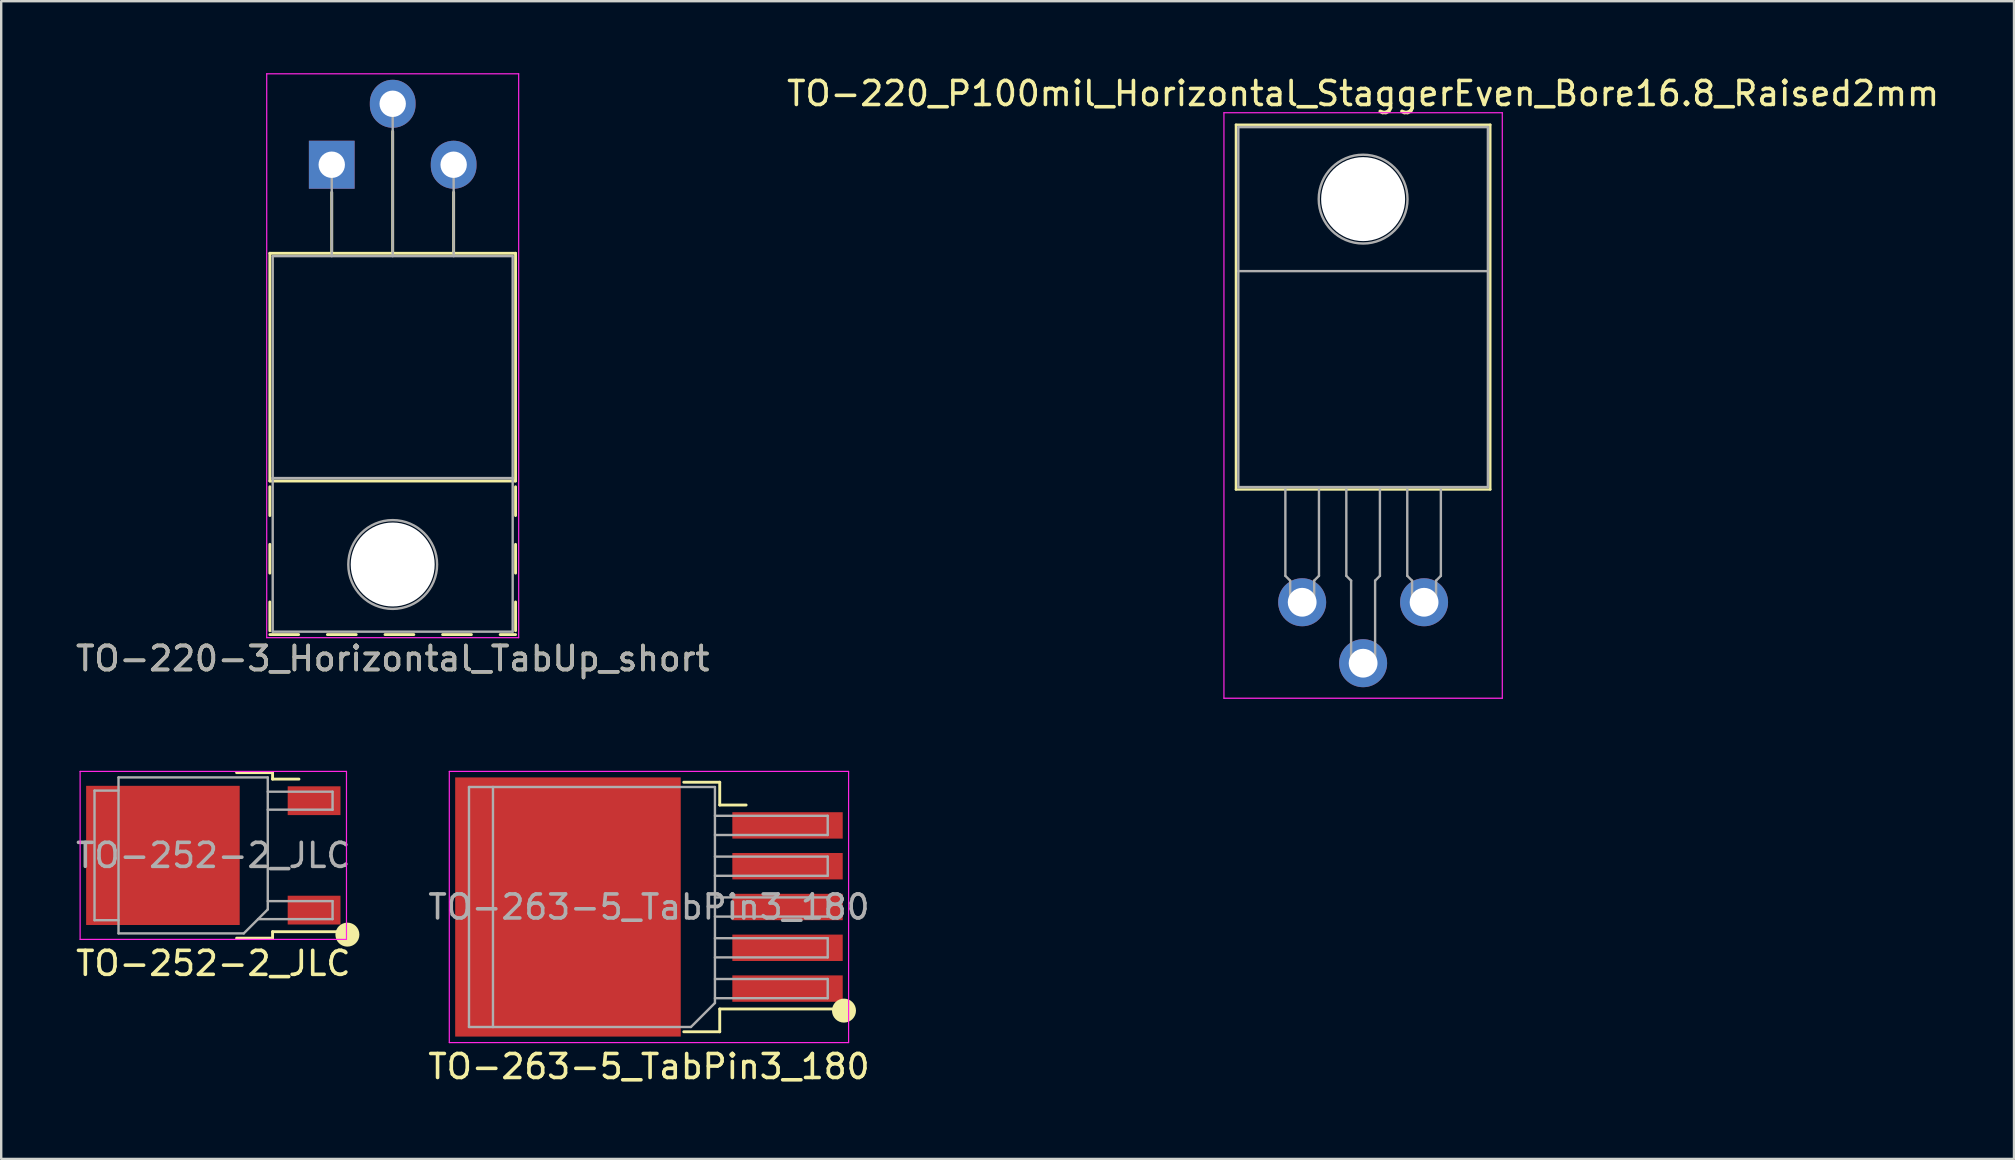
<source format=kicad_pcb>
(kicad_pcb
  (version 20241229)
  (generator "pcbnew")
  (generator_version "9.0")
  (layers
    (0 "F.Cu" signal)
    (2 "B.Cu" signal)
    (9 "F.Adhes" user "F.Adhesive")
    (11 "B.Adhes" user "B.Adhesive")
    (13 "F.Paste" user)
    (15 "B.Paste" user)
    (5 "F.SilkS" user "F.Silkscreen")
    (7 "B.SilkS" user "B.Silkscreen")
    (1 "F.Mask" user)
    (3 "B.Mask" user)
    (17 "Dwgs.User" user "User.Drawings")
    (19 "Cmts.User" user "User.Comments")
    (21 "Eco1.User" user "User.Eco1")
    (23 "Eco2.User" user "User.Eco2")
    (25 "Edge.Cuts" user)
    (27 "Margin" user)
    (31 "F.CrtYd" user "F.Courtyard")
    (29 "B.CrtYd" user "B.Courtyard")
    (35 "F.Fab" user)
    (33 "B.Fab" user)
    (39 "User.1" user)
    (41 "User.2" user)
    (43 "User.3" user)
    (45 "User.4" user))
  (footprint "TO-263-5_TabPin3_180"
    (layer "F.Cu")
    (at 23.994 34.748)
    (property "Reference" "TO-263-5_TabPin3_180" (at 0 6.65 180) (layer "F.SilkS") (effects (font (size 1 1) (thickness 0.15))))
    (attr smd)
    (fp_line (start 1.45 -5.2) (end 2.95 -5.2) (stroke (width 0.12) (type solid)) (layer "F.SilkS"))
    (fp_line (start 1.45 5.2) (end 2.95 5.2) (stroke (width 0.12) (type solid)) (layer "F.SilkS"))
    (fp_line (start 2.95 -5.2) (end 2.95 -4.25) (stroke (width 0.12) (type solid)) (layer "F.SilkS"))
    (fp_line (start 2.95 -4.25) (end 4.05 -4.25) (stroke (width 0.12) (type solid)) (layer "F.SilkS"))
    (fp_line (start 2.95 4.25) (end 8.075 4.25) (stroke (width 0.12) (type solid)) (layer "F.SilkS"))
    (fp_line (start 2.95 5.2) (end 2.95 4.25) (stroke (width 0.12) (type solid)) (layer "F.SilkS"))
    (fp_circle (center 8.128 4.318) (end 8.128 4.318) (stroke (width 0.5) (type solid)) (fill no) (layer "F.SilkS"))
    (fp_line (start -8.32 -5.65) (end -8.32 5.65) (stroke (width 0.05) (type solid)) (layer "F.CrtYd"))
    (fp_line (start -8.32 5.65) (end 8.32 5.65) (stroke (width 0.05) (type solid)) (layer "F.CrtYd"))
    (fp_line (start 8.32 -5.65) (end -8.32 -5.65) (stroke (width 0.05) (type solid)) (layer "F.CrtYd"))
    (fp_line (start 8.32 5.65) (end 8.32 -5.65) (stroke (width 0.05) (type solid)) (layer "F.CrtYd"))
    (fp_line (start -7.5 -5) (end -6.5 -5) (stroke (width 0.1) (type solid)) (layer "F.Fab"))
    (fp_line (start -7.5 5) (end -7.5 -5) (stroke (width 0.1) (type solid)) (layer "F.Fab"))
    (fp_line (start -6.5 -5) (end 2.75 -5) (stroke (width 0.1) (type solid)) (layer "F.Fab"))
    (fp_line (start -6.5 5) (end -7.5 5) (stroke (width 0.1) (type solid)) (layer "F.Fab"))
    (fp_line (start -6.5 5) (end -6.5 -5) (stroke (width 0.1) (type solid)) (layer "F.Fab"))
    (fp_line (start 1.75 5) (end -6.5 5) (stroke (width 0.1) (type solid)) (layer "F.Fab"))
    (fp_line (start 2.75 -5) (end 2.75 4) (stroke (width 0.1) (type solid)) (layer "F.Fab"))
    (fp_line (start 2.75 -3) (end 7.45 -3) (stroke (width 0.1) (type solid)) (layer "F.Fab"))
    (fp_line (start 2.75 -1.3) (end 7.45 -1.3) (stroke (width 0.1) (type solid)) (layer "F.Fab"))
    (fp_line (start 2.75 0.4) (end 7.45 0.4) (stroke (width 0.1) (type solid)) (layer "F.Fab"))
    (fp_line (start 2.75 2.1) (end 7.45 2.1) (stroke (width 0.1) (type solid)) (layer "F.Fab"))
    (fp_line (start 2.75 3.8) (end 7.45 3.8) (stroke (width 0.1) (type solid)) (layer "F.Fab"))
    (fp_line (start 2.75 4) (end 1.75 5) (stroke (width 0.1) (type solid)) (layer "F.Fab"))
    (fp_line (start 7.45 -3.8) (end 2.75 -3.8) (stroke (width 0.1) (type solid)) (layer "F.Fab"))
    (fp_line (start 7.45 -3) (end 7.45 -3.8) (stroke (width 0.1) (type solid)) (layer "F.Fab"))
    (fp_line (start 7.45 -2.1) (end 2.75 -2.1) (stroke (width 0.1) (type solid)) (layer "F.Fab"))
    (fp_line (start 7.45 -1.3) (end 7.45 -2.1) (stroke (width 0.1) (type solid)) (layer "F.Fab"))
    (fp_line (start 7.45 -0.4) (end 2.75 -0.4) (stroke (width 0.1) (type solid)) (layer "F.Fab"))
    (fp_line (start 7.45 0.4) (end 7.45 -0.4) (stroke (width 0.1) (type solid)) (layer "F.Fab"))
    (fp_line (start 7.45 1.3) (end 2.75 1.3) (stroke (width 0.1) (type solid)) (layer "F.Fab"))
    (fp_line (start 7.45 2.1) (end 7.45 1.3) (stroke (width 0.1) (type solid)) (layer "F.Fab"))
    (fp_line (start 7.45 3) (end 2.75 3) (stroke (width 0.1) (type solid)) (layer "F.Fab"))
    (fp_line (start 7.45 3.8) (end 7.45 3) (stroke (width 0.1) (type solid)) (layer "F.Fab"))
    (fp_text user "${REFERENCE}" (at 0 0 180) (layer "F.Fab") (effects (font (size 1 1) (thickness 0.15))))
    (pad "" smd rect (at -5.8 -2.775 180) (size 4.55 5.25) (layers "F.Paste"))
    (pad "" smd rect (at -5.8 2.775 180) (size 4.55 5.25) (layers "F.Paste"))
    (pad "" smd rect (at -0.95 -2.775 180) (size 4.55 5.25) (layers "F.Paste"))
    (pad "" smd rect (at -0.95 2.775 180) (size 4.55 5.25) (layers "F.Paste"))
    (pad "1" smd rect (at 5.775 3.4 180) (size 4.6 1.1) (layers "F.Cu" "F.Mask" "F.Paste"))
    (pad "2" smd rect (at 5.775 1.7 180) (size 4.6 1.1) (layers "F.Cu" "F.Mask" "F.Paste"))
    (pad "3" smd rect (at -3.375 0 180) (size 9.4 10.8) (layers "F.Cu" "F.Mask"))
    (pad "3" smd rect (at 5.775 0 180) (size 4.6 1.1) (layers "F.Cu" "F.Mask" "F.Paste"))
    (pad "4" smd rect (at 5.775 -1.7 180) (size 4.6 1.1) (layers "F.Cu" "F.Mask" "F.Paste"))
    (pad "5" smd rect (at 5.775 -3.4 180) (size 4.6 1.1) (layers "F.Cu" "F.Mask" "F.Paste")))
  (footprint "TO-220_P100mil_Horizontal_StaggerEven_Bore16.8_Raised2mm"
    (layer "F.Cu")
    (at 53.756 22.048)
    (property "Reference" "TO-220_P100mil_Horizontal_StaggerEven_Bore16.8_Raised2mm" (at 0 -21.2 0) (layer "F.SilkS") (effects (font (size 1 1) (thickness 0.15))))
    (attr through_hole)
    (fp_line (start -5.3 -19.9) (end -5.3 -4.7) (stroke (width 0.1) (type solid)) (layer "F.SilkS"))
    (fp_line (start -5.3 -19.9) (end 5.3 -19.9) (stroke (width 0.1) (type solid)) (layer "F.SilkS"))
    (fp_line (start -5.3 -4.7) (end 5.3 -4.7) (stroke (width 0.1) (type solid)) (layer "F.SilkS"))
    (fp_line (start 5.3 -19.9) (end 5.3 -4.7) (stroke (width 0.1) (type solid)) (layer "F.SilkS"))
    (fp_line (start -5.8 -20.4) (end -5.8 4) (stroke (width 0.05) (type solid)) (layer "F.CrtYd"))
    (fp_line (start -5.8 4) (end 5.8 4) (stroke (width 0.05) (type solid)) (layer "F.CrtYd"))
    (fp_line (start 5.8 -20.4) (end -5.8 -20.4) (stroke (width 0.05) (type solid)) (layer "F.CrtYd"))
    (fp_line (start 5.8 4) (end 5.8 -20.4) (stroke (width 0.05) (type solid)) (layer "F.CrtYd"))
    (fp_line (start -5.2 -19.8) (end 5.2 -19.8) (stroke (width 0.1) (type solid)) (layer "F.Fab"))
    (fp_line (start -5.2 -13.8) (end 5.2 -13.8) (stroke (width 0.1) (type solid)) (layer "F.Fab"))
    (fp_line (start -5.2 -4.8) (end -5.2 -19.8) (stroke (width 0.1) (type solid)) (layer "F.Fab"))
    (fp_line (start -3.24 -4.7) (end -3.24 -1.1) (stroke (width 0.1) (type solid)) (layer "F.Fab"))
    (fp_line (start -3.24 -1.1) (end -3.04 -0.9) (stroke (width 0.1) (type solid)) (layer "F.Fab"))
    (fp_line (start -3.04 -0.9) (end -3.04 -0.2) (stroke (width 0.1) (type solid)) (layer "F.Fab"))
    (fp_line (start -2.04 -0.9) (end -2.04 -0.2) (stroke (width 0.1) (type solid)) (layer "F.Fab"))
    (fp_line (start -1.84 -4.7) (end -1.84 -1.1) (stroke (width 0.1) (type solid)) (layer "F.Fab"))
    (fp_line (start -1.84 -1.1) (end -2.04 -0.9) (stroke (width 0.1) (type solid)) (layer "F.Fab"))
    (fp_line (start -0.7 -4.7) (end -0.7 -1.1) (stroke (width 0.1) (type solid)) (layer "F.Fab"))
    (fp_line (start -0.7 -1.1) (end -0.5 -0.9) (stroke (width 0.1) (type solid)) (layer "F.Fab"))
    (fp_line (start -0.5 -0.9) (end -0.5 2.34) (stroke (width 0.1) (type solid)) (layer "F.Fab"))
    (fp_line (start 0.5 -0.9) (end 0.5 2.34) (stroke (width 0.1) (type solid)) (layer "F.Fab"))
    (fp_line (start 0.7 -4.7) (end 0.7 -1.1) (stroke (width 0.1) (type solid)) (layer "F.Fab"))
    (fp_line (start 0.7 -1.1) (end 0.5 -0.9) (stroke (width 0.1) (type solid)) (layer "F.Fab"))
    (fp_line (start 1.84 -4.7) (end 1.84 -1.1) (stroke (width 0.1) (type solid)) (layer "F.Fab"))
    (fp_line (start 1.84 -1.1) (end 2.04 -0.9) (stroke (width 0.1) (type solid)) (layer "F.Fab"))
    (fp_line (start 2.04 -0.9) (end 2.04 -0.2) (stroke (width 0.1) (type solid)) (layer "F.Fab"))
    (fp_line (start 3.04 -0.9) (end 3.04 -0.2) (stroke (width 0.1) (type solid)) (layer "F.Fab"))
    (fp_line (start 3.24 -4.7) (end 3.24 -1.1) (stroke (width 0.1) (type solid)) (layer "F.Fab"))
    (fp_line (start 3.24 -1.1) (end 3.04 -0.9) (stroke (width 0.1) (type solid)) (layer "F.Fab"))
    (fp_line (start 5.2 -19.8) (end 5.2 -4.8) (stroke (width 0.1) (type solid)) (layer "F.Fab"))
    (fp_line (start 5.2 -4.8) (end -5.2 -4.8) (stroke (width 0.1) (type solid)) (layer "F.Fab"))
    (fp_circle (center 0 -16.8) (end 1.85 -16.8) (stroke (width 0.1) (type solid)) (fill no) (layer "F.Fab"))
    (fp_poly (pts (xy -2.04 0.2) (xy -3.04 0.2) (xy -3.04 -0.2) (xy -2.04 -0.2)) (stroke (width 0.1) (type solid)) (fill no) (layer "F.Fab"))
    (fp_poly (pts (xy 0.5 2.74) (xy -0.5 2.74) (xy -0.5 2.34) (xy 0.5 2.34)) (stroke (width 0.1) (type solid)) (fill no) (layer "F.Fab"))
    (fp_poly (pts (xy 3.04 0.2) (xy 2.04 0.2) (xy 2.04 -0.2) (xy 3.04 -0.2)) (stroke (width 0.1) (type solid)) (fill no) (layer "F.Fab"))
    (pad "" np_thru_hole circle (at 0 -16.8) (size 3.5 3.5) (drill 3.5) (layers "*.Cu" "*.Mask"))
    (pad "1" thru_hole circle (at -2.54 0) (size 2 2) (drill 1.2) (layers "*.Cu" "*.Mask"))
    (pad "2" thru_hole oval (at 0 2.54) (size 2 2) (drill 1.2) (layers "*.Cu" "*.Mask"))
    (pad "3" thru_hole oval (at 2.54 0) (size 2 2) (drill 1.2) (layers "*.Cu" "*.Mask")))
  (footprint "TO-252-2_JLC"
    (layer "F.Cu")
    (at 5.839 32.598)
    (property "Reference" "TO-252-2_JLC" (at 0 4.5 180) (layer "F.SilkS") (effects (font (size 1 1) (thickness 0.15))))
    (attr smd)
    (fp_line (start 0.97 -3.45) (end 2.47 -3.45) (stroke (width 0.12) (type solid)) (layer "F.SilkS"))
    (fp_line (start 0.97 3.45) (end 2.47 3.45) (stroke (width 0.12) (type solid)) (layer "F.SilkS"))
    (fp_line (start 2.47 -3.45) (end 2.47 -3.18) (stroke (width 0.12) (type solid)) (layer "F.SilkS"))
    (fp_line (start 2.47 -3.18) (end 3.57 -3.18) (stroke (width 0.12) (type solid)) (layer "F.SilkS"))
    (fp_line (start 2.47 3.18) (end 5.3 3.18) (stroke (width 0.12) (type solid)) (layer "F.SilkS"))
    (fp_line (start 2.47 3.45) (end 2.47 3.18) (stroke (width 0.12) (type solid)) (layer "F.SilkS"))
    (fp_circle (center 5.588 3.302) (end 5.588 3.302) (stroke (width 0.5) (type solid)) (fill no) (layer "F.SilkS"))
    (fp_line (start -5.55 -3.5) (end -5.55 3.5) (stroke (width 0.05) (type solid)) (layer "F.CrtYd"))
    (fp_line (start -5.55 3.5) (end 5.55 3.5) (stroke (width 0.05) (type solid)) (layer "F.CrtYd"))
    (fp_line (start 5.55 -3.5) (end -5.55 -3.5) (stroke (width 0.05) (type solid)) (layer "F.CrtYd"))
    (fp_line (start 5.55 3.5) (end 5.55 -3.5) (stroke (width 0.05) (type solid)) (layer "F.CrtYd"))
    (fp_line (start -4.95 -2.7) (end -3.95 -2.7) (stroke (width 0.1) (type solid)) (layer "F.Fab"))
    (fp_line (start -4.95 2.7) (end -4.95 -2.7) (stroke (width 0.1) (type solid)) (layer "F.Fab"))
    (fp_line (start -3.95 -3.25) (end 2.27 -3.25) (stroke (width 0.1) (type solid)) (layer "F.Fab"))
    (fp_line (start -3.95 2.7) (end -4.95 2.7) (stroke (width 0.1) (type solid)) (layer "F.Fab"))
    (fp_line (start -3.95 3.25) (end -3.95 -3.25) (stroke (width 0.1) (type solid)) (layer "F.Fab"))
    (fp_line (start 1.27 3.25) (end -3.95 3.25) (stroke (width 0.1) (type solid)) (layer "F.Fab"))
    (fp_line (start 1.865 2.655) (end 4.97 2.655) (stroke (width 0.1) (type solid)) (layer "F.Fab"))
    (fp_line (start 2.27 -3.25) (end 2.27 2.25) (stroke (width 0.1) (type solid)) (layer "F.Fab"))
    (fp_line (start 2.27 -1.905) (end 4.97 -1.905) (stroke (width 0.1) (type solid)) (layer "F.Fab"))
    (fp_line (start 2.27 2.25) (end 1.27 3.25) (stroke (width 0.1) (type solid)) (layer "F.Fab"))
    (fp_line (start 4.97 -2.655) (end 2.27 -2.655) (stroke (width 0.1) (type solid)) (layer "F.Fab"))
    (fp_line (start 4.97 -1.905) (end 4.97 -2.655) (stroke (width 0.1) (type solid)) (layer "F.Fab"))
    (fp_line (start 4.97 1.905) (end 2.27 1.905) (stroke (width 0.1) (type solid)) (layer "F.Fab"))
    (fp_line (start 4.97 2.655) (end 4.97 1.905) (stroke (width 0.1) (type solid)) (layer "F.Fab"))
    (fp_text user "${REFERENCE}" (at 0 0 180) (layer "F.Fab") (effects (font (size 1 1) (thickness 0.15))))
    (pad "" smd rect (at -3.775 -1.525 180) (size 3.05 2.75) (layers "F.Paste"))
    (pad "" smd rect (at -3.775 1.525 180) (size 3.05 2.75) (layers "F.Paste"))
    (pad "" smd rect (at -0.425 -1.525 180) (size 3.05 2.75) (layers "F.Paste"))
    (pad "" smd rect (at -0.425 1.525 180) (size 3.05 2.75) (layers "F.Paste"))
    (pad "1" smd rect (at 4.2 2.28 180) (size 2.2 1.2) (layers "F.Cu" "F.Mask" "F.Paste"))
    (pad "2" smd rect (at -2.1 0 180) (size 6.4 5.8) (layers "F.Cu" "F.Mask"))
    (pad "3" smd rect (at 4.2 -2.28 180) (size 2.2 1.2) (layers "F.Cu" "F.Mask" "F.Paste")))
  (footprint "TO-220-3_Horizontal_TabUp_short"
    (layer "F.Cu")
    (at 10.775 3.815)
    (property "Reference" "TO-220-3_Horizontal_TabUp_short" (at 2.54 20.58 0) (layer "F.SilkS") (effects (font (size 1 1) (thickness 0.15))))
    (attr through_hole)
    (fp_line (start -2.58 3.69) (end -2.58 13.18) (stroke (width 0.12) (type solid)) (layer "F.SilkS"))
    (fp_line (start -2.58 3.69) (end 7.66 3.69) (stroke (width 0.12) (type solid)) (layer "F.SilkS"))
    (fp_line (start -2.58 13.18) (end 7.66 13.18) (stroke (width 0.12) (type solid)) (layer "F.SilkS"))
    (fp_line (start -2.58 13.42) (end -2.58 14.62) (stroke (width 0.12) (type solid)) (layer "F.SilkS"))
    (fp_line (start -2.58 15.82) (end -2.58 17.02) (stroke (width 0.12) (type solid)) (layer "F.SilkS"))
    (fp_line (start -2.58 18.22) (end -2.58 19.42) (stroke (width 0.12) (type solid)) (layer "F.SilkS"))
    (fp_line (start -2.58 19.58) (end -1.38 19.58) (stroke (width 0.12) (type solid)) (layer "F.SilkS"))
    (fp_line (start -0.181 19.58) (end 1.02 19.58) (stroke (width 0.12) (type solid)) (layer "F.SilkS"))
    (fp_line (start 0 1.15) (end 0 3.69) (stroke (width 0.12) (type solid)) (layer "F.SilkS"))
    (fp_line (start 2.22 19.58) (end 3.42 19.58) (stroke (width 0.12) (type solid)) (layer "F.SilkS"))
    (fp_line (start 2.54 -1.39) (end 2.54 3.69) (stroke (width 0.12) (type solid)) (layer "F.SilkS"))
    (fp_line (start 4.62 19.58) (end 5.82 19.58) (stroke (width 0.12) (type solid)) (layer "F.SilkS"))
    (fp_line (start 5.08 1.15) (end 5.08 3.69) (stroke (width 0.12) (type solid)) (layer "F.SilkS"))
    (fp_line (start 7.02 19.58) (end 7.66 19.58) (stroke (width 0.12) (type solid)) (layer "F.SilkS"))
    (fp_line (start 7.66 3.69) (end 7.66 13.18) (stroke (width 0.12) (type solid)) (layer "F.SilkS"))
    (fp_line (start 7.66 13.42) (end 7.66 14.62) (stroke (width 0.12) (type solid)) (layer "F.SilkS"))
    (fp_line (start 7.66 15.82) (end 7.66 17.02) (stroke (width 0.12) (type solid)) (layer "F.SilkS"))
    (fp_line (start 7.66 18.22) (end 7.66 19.42) (stroke (width 0.12) (type solid)) (layer "F.SilkS"))
    (fp_line (start -2.71 -3.79) (end -2.71 19.71) (stroke (width 0.05) (type solid)) (layer "F.CrtYd"))
    (fp_line (start -2.71 19.71) (end 7.79 19.71) (stroke (width 0.05) (type solid)) (layer "F.CrtYd"))
    (fp_line (start 7.79 -3.79) (end -2.71 -3.79) (stroke (width 0.05) (type solid)) (layer "F.CrtYd"))
    (fp_line (start 7.79 19.71) (end 7.79 -3.79) (stroke (width 0.05) (type solid)) (layer "F.CrtYd"))
    (fp_line (start -2.46 3.81) (end -2.46 13.06) (stroke (width 0.1) (type solid)) (layer "F.Fab"))
    (fp_line (start -2.46 13.06) (end -2.46 19.46) (stroke (width 0.1) (type solid)) (layer "F.Fab"))
    (fp_line (start -2.46 13.06) (end 7.54 13.06) (stroke (width 0.1) (type solid)) (layer "F.Fab"))
    (fp_line (start -2.46 19.46) (end 7.54 19.46) (stroke (width 0.1) (type solid)) (layer "F.Fab"))
    (fp_line (start 0 3.81) (end 0 0) (stroke (width 0.1) (type solid)) (layer "F.Fab"))
    (fp_line (start 2.54 3.81) (end 2.54 -2.54) (stroke (width 0.1) (type solid)) (layer "F.Fab"))
    (fp_line (start 5.08 3.81) (end 5.08 0) (stroke (width 0.1) (type solid)) (layer "F.Fab"))
    (fp_line (start 7.54 3.81) (end -2.46 3.81) (stroke (width 0.1) (type solid)) (layer "F.Fab"))
    (fp_line (start 7.54 13.06) (end -2.46 13.06) (stroke (width 0.1) (type solid)) (layer "F.Fab"))
    (fp_line (start 7.54 13.06) (end 7.54 3.81) (stroke (width 0.1) (type solid)) (layer "F.Fab"))
    (fp_line (start 7.54 19.46) (end 7.54 13.06) (stroke (width 0.1) (type solid)) (layer "F.Fab"))
    (fp_circle (center 2.54 16.66) (end 4.39 16.66) (stroke (width 0.1) (type solid)) (fill no) (layer "F.Fab"))
    (fp_text user "${REFERENCE}" (at 2.54 20.58 0) (layer "F.Fab") (effects (font (size 1 1) (thickness 0.15))))
    (pad "" np_thru_hole oval (at 2.54 16.66) (size 3.5 3.5) (drill 3.5) (layers "*.Cu" "*.Mask"))
    (pad "1" thru_hole rect (at 0 0) (size 1.905 2) (drill 1.1) (layers "*.Cu" "*.Mask"))
    (pad "2" thru_hole oval (at 2.54 -2.54) (size 1.905 2) (drill 1.1) (layers "*.Cu" "*.Mask"))
    (pad "3" thru_hole oval (at 5.08 0) (size 1.905 2) (drill 1.1) (layers "*.Cu" "*.Mask")))
  (gr_rect
    (start -3 -3)
    (end 80.881 45.246)
    (stroke (width 0.1) (type default))
    (fill no)
    (layer "Edge.Cuts")))
</source>
